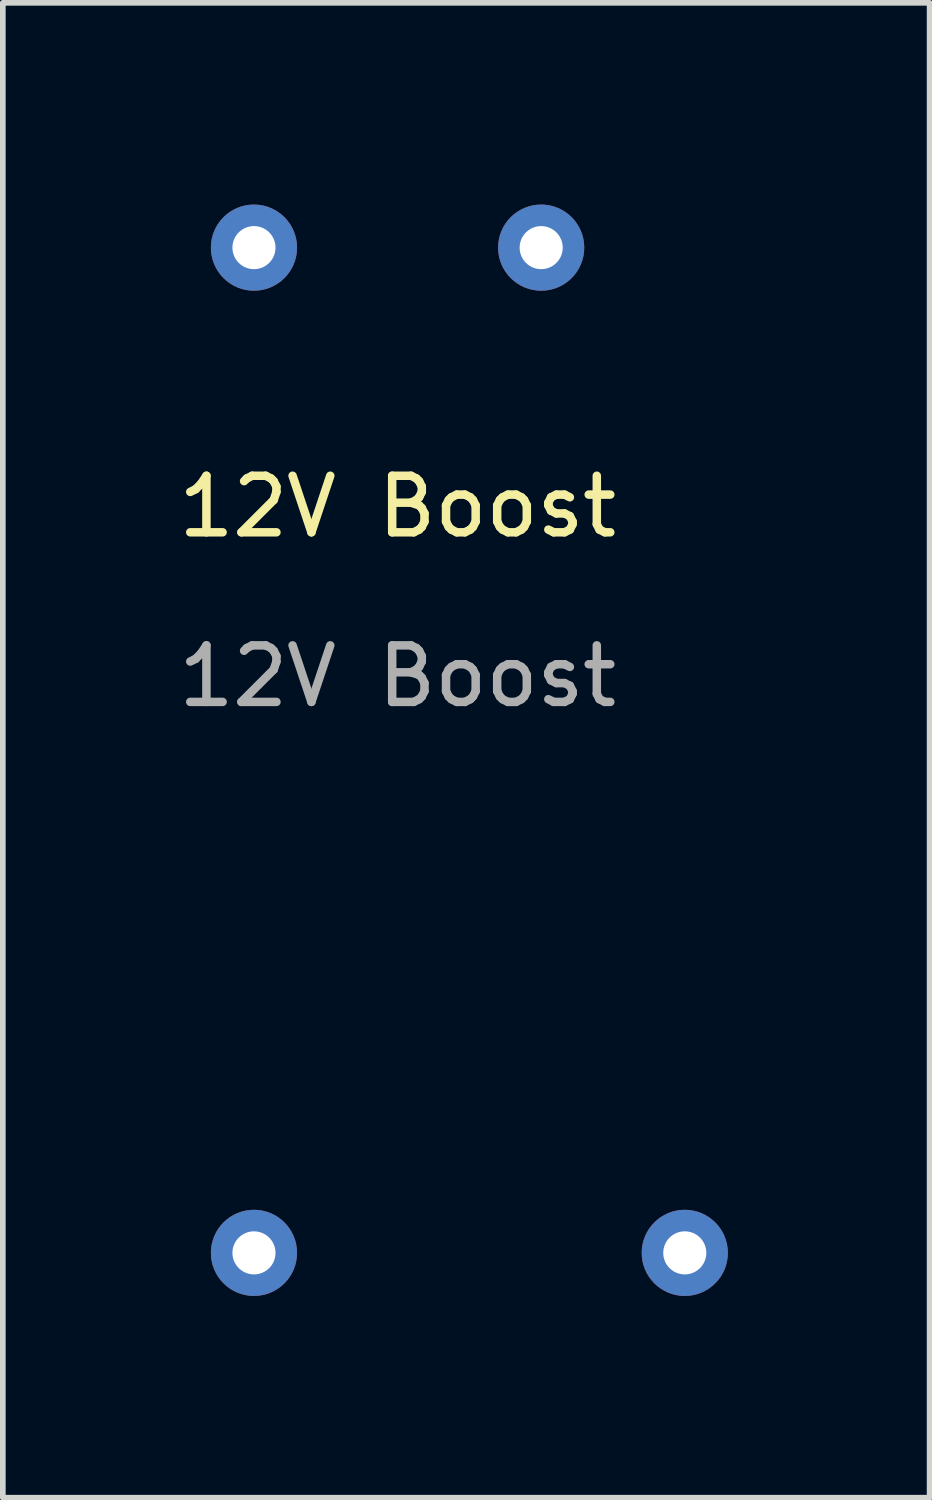
<source format=kicad_pcb>
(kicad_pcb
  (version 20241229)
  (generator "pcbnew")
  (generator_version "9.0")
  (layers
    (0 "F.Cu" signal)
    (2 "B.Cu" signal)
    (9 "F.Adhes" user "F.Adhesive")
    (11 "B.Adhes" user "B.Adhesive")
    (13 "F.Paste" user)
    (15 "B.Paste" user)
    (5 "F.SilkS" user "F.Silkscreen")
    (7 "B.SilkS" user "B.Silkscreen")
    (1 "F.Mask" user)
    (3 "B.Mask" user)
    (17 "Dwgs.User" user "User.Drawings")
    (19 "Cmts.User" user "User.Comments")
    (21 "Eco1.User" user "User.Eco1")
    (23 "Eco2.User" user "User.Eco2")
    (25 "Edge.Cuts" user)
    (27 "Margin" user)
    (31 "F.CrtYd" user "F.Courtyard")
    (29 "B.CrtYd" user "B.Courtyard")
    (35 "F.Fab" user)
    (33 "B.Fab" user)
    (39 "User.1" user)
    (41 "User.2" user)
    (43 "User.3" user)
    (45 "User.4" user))
  (footprint "12V Boost"
    (layer "F.Cu")
    (at 3.982 6.41)
    (property "Reference" "12V Boost" (at 0 -0.5 0) (unlocked yes) (layer "F.SilkS") (effects (font (size 1 1) (thickness 0.15))))
    (attr through_hole)
    (fp_rect (start -3.81 -6.35) (end 6.35 13.97) (stroke (width 0.12) (type solid)) (fill no) (layer "Margin"))
    (fp_text user "${REFERENCE}" (at 0 2.5 0) (unlocked yes) (layer "F.Fab") (effects (font (size 1 1) (thickness 0.15))))
    (pad "1" thru_hole circle (at -2.54 -5.08) (size 1.524 1.524) (drill 0.762) (layers "*.Cu" "*.Mask"))
    (pad "2" thru_hole circle (at -2.54 12.7) (size 1.524 1.524) (drill 0.762) (layers "*.Cu" "*.Mask"))
    (pad "3" thru_hole circle (at 5.08 12.7) (size 1.524 1.524) (drill 0.762) (layers "*.Cu" "*.Mask"))
    (pad "4" thru_hole circle (at 2.54 -5.08) (size 1.524 1.524) (drill 0.762) (layers "*.Cu" "*.Mask")))
  (gr_rect
    (start -3 -3)
    (end 13.392 23.44)
    (stroke (width 0.1) (type default))
    (fill no)
    (layer "Edge.Cuts")))
</source>
